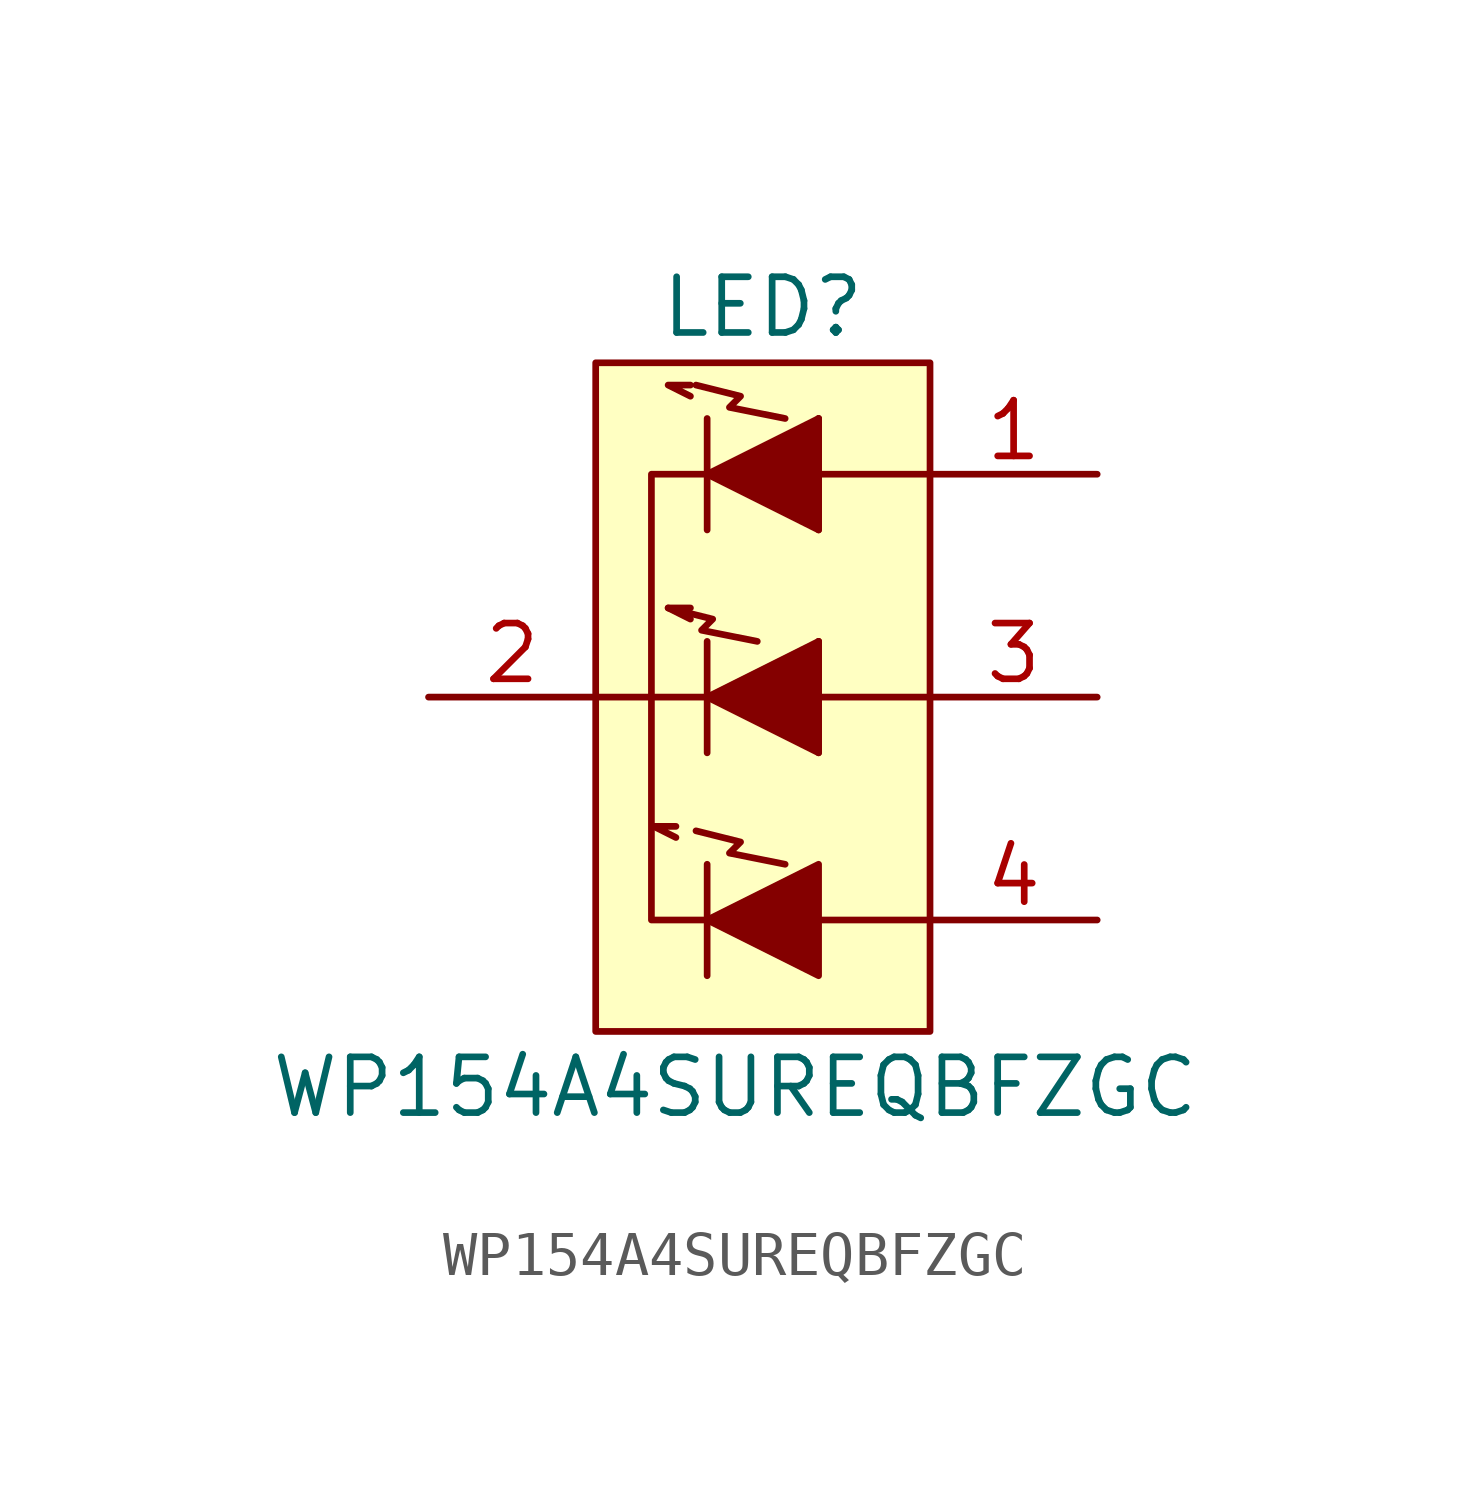
<source format=kicad_sym>
(kicad_symbol_lib
  (version 20220914)
  (generator kicad_symbol_editor)
  (symbol "WP154A4SUREQBFZGC"
    (pin_names
      (offset 1.27) hide)
    (property "Reference" "LED"
      (at 0 8.89 0)
      (effects (font (size 1.27 1.27))))
    (property "Value" "WP154A4SUREQBFZGC"
      (at -0.635 -8.89 0)
      (effects (font (size 1.27 1.27))))
    (property "Footprint" ""
      (at -1.27 -1.27 0)
      (effects (font (size 1.27 1.27))))
    (property "Datasheet" ""
      (at -1.27 -1.27 0)
      (effects (font (size 1.27 1.27))))
    (symbol "WP154A4SUREQBFZGC_0_1"
      (polyline (pts (xy -1.27 -3.81) (xy -1.27 -6.35)) (stroke (width 0) (type solid)) (fill (type none)))
      (polyline (pts (xy 3.81 0) (xy -3.81 0)) (stroke (width 0) (type solid)) (fill (type none)))
      (polyline (pts (xy -1.27 1.27) (xy -1.27 -1.27) (xy -1.27 -1.27)) (stroke (width 0) (type solid)) (fill (type none)))
      (polyline (pts (xy -1.27 6.35) (xy -1.27 3.81) (xy -1.27 3.81)) (stroke (width 0) (type solid)) (fill (type none)))
      (polyline (pts (xy -1.981 -2.946) (xy -2.489 -2.946) (xy -1.981 -3.2) (xy -1.981 -3.2)) (stroke (width 0) (type solid)) (fill (type none)))
      (polyline (pts (xy -1.651 2.032) (xy -2.159 2.032) (xy -1.651 1.778) (xy -1.651 1.778)) (stroke (width 0) (type solid)) (fill (type none)))
      (polyline (pts (xy -1.651 7.112) (xy -2.159 7.112) (xy -1.651 6.858) (xy -1.651 6.858)) (stroke (width 0) (type solid)) (fill (type none)))
      (polyline (pts (xy 3.81 5.08) (xy -2.54 5.08) (xy -2.54 -5.08) (xy 3.81 -5.08)) (stroke (width 0) (type solid)) (fill (type none)))
      (polyline (pts (xy 0.508 -3.81) (xy -0.762 -3.556) (xy -0.508 -3.302) (xy -1.524 -3.048) (xy -1.524 -3.048)) (stroke (width 0) (type solid)) (fill (type none)))
      (polyline (pts (xy 1.27 -3.81) (xy 1.27 -6.35) (xy -1.27 -5.08) (xy 1.27 -3.81) (xy 1.27 -3.81)) (stroke (width 0) (type solid)) (fill (type outline)))
      (polyline (pts (xy -0.127 1.27) (xy -1.397 1.524) (xy -1.143 1.778) (xy -2.159 2.032) (xy -2.159 2.032) (xy -2.159 2.032)) (stroke (width 0) (type solid)) (fill (type none)))
      (polyline (pts (xy 0.508 6.35) (xy -0.762 6.604) (xy -0.508 6.858) (xy -1.524 7.112) (xy -1.524 7.112) (xy -1.524 7.112)) (stroke (width 0) (type solid)) (fill (type none)))
      (polyline (pts (xy 1.27 1.27) (xy 1.27 -1.27) (xy -1.27 0) (xy 1.27 1.27) (xy 1.27 1.27) (xy 1.27 1.27)) (stroke (width 0) (type solid)) (fill (type outline)))
      (polyline (pts (xy 1.27 6.35) (xy 1.27 3.81) (xy -1.27 5.08) (xy 1.27 6.35) (xy 1.27 6.35) (xy 1.27 6.35)) (stroke (width 0) (type solid)) (fill (type outline)))
      (rectangle (start 1.27 -1.27) (end 1.27 1.27) (stroke (width 0) (type solid)) (fill (type none)))
      (rectangle (start 1.27 1.27) (end 1.27 1.27) (stroke (width 0) (type solid)) (fill (type none)))
      (rectangle (start 1.27 3.81) (end 1.27 6.35) (stroke (width 0) (type solid)) (fill (type none)))
      (rectangle (start 1.27 6.35) (end 1.27 6.35) (stroke (width 0) (type solid)) (fill (type none)))
      (rectangle (start 3.81 7.62) (end -3.81 -7.62) (stroke (width 0) (type solid)) (fill (type background))))
    (symbol "WP154A4SUREQBFZGC_1_1"
      (pin passive line (at 7.62 5.08 180) (length 3.81) (name "RED_CATHODE" (effects (font (size 1.27 1.27)))) (number "1" (effects (font (size 1.27 1.27)))))
      (pin passive line (at -7.62 0 0) (length 3.81) (name "COMMON_ANODE" (effects (font (size 1.27 1.27)))) (number "2" (effects (font (size 1.27 1.27)))))
      (pin passive line (at 7.62 0 180) (length 3.81) (name "BLUE_CATHODE" (effects (font (size 1.27 1.27)))) (number "3" (effects (font (size 1.27 1.27)))))
      (pin passive line (at 7.62 -5.08 180) (length 3.81) (name "GREEN_CATHODE" (effects (font (size 1.27 1.27)))) (number "4" (effects (font (size 1.27 1.27))))))))
</source>
